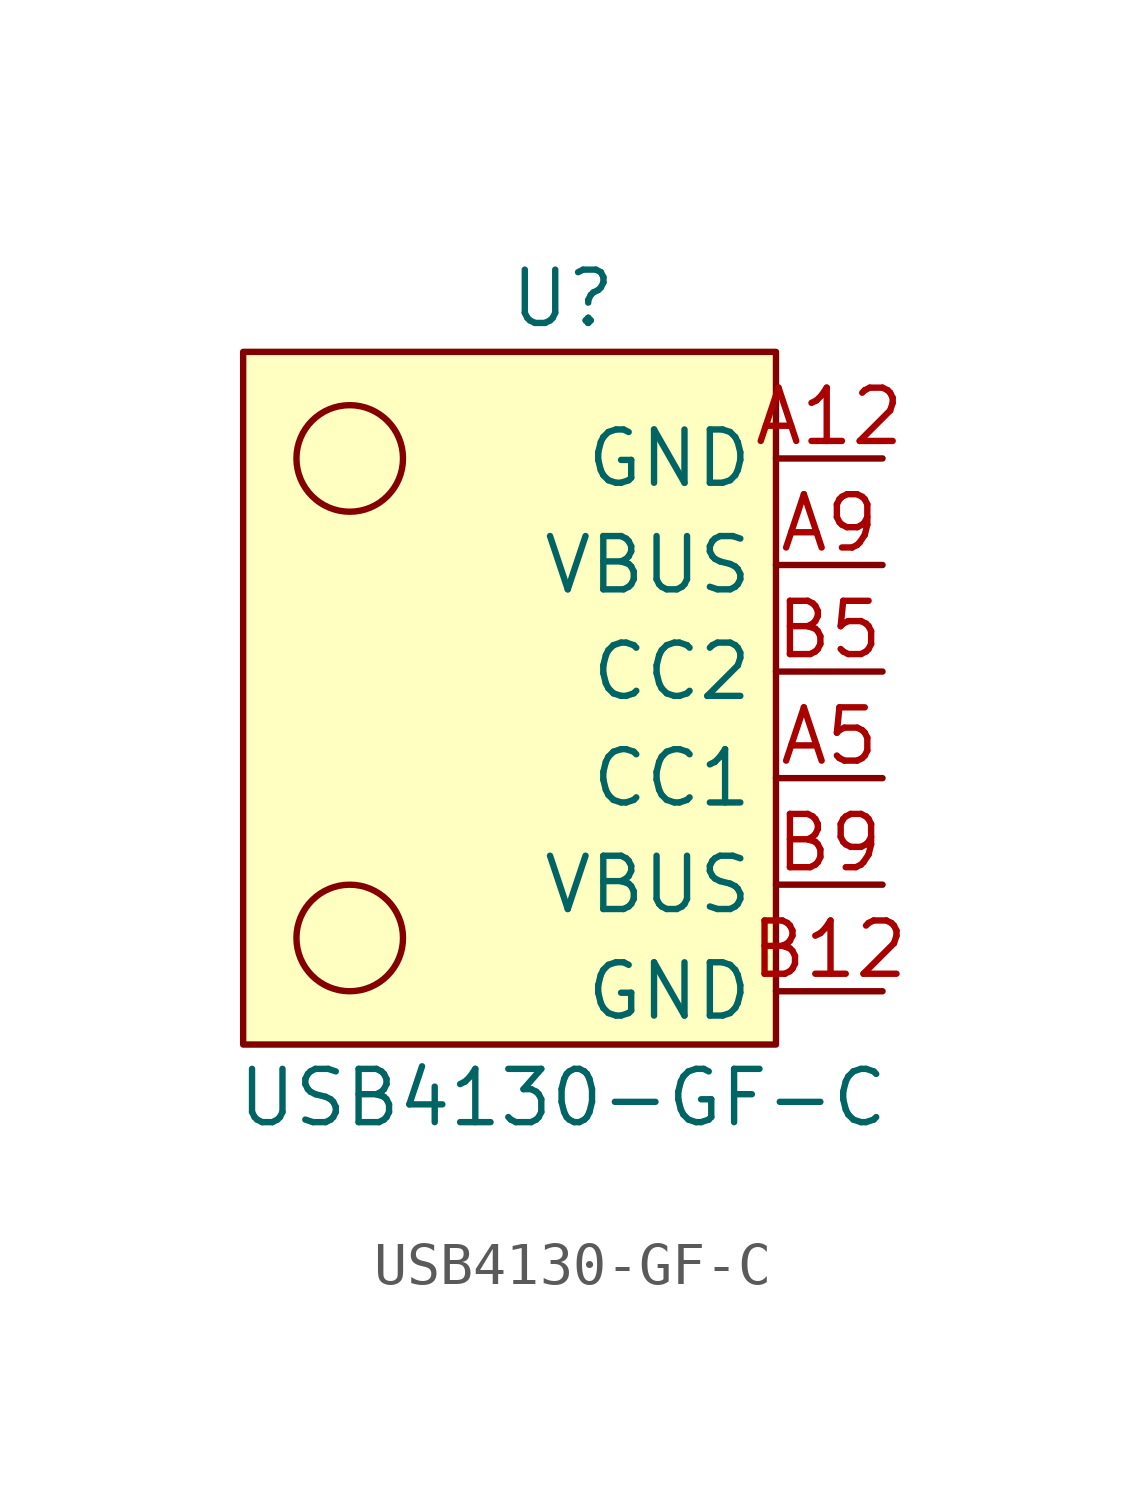
<source format=kicad_sym>
(kicad_symbol_lib
  (version 20211014)
  (generator kicad_symbol_editor)
  (symbol "USB4130-GF-C"
    (property "Reference" "U"
      (at 0 10.16 0)
      (effects (font (size 1.27 1.27))))
    (property "Value" "USB4130-GF-C"
      (at 0 -8.89 0)
      (effects (font (size 1.27 1.27))))
    (symbol "USB4130-GF-C_0_1"
      (circle (center -5.08 -5.08) (radius 1.27) (stroke (width 0) (type default) (color 0 0 0 0)) (fill (type none)))
      (circle (center -5.08 6.35) (radius 1.27) (stroke (width 0) (type default) (color 0 0 0 0)) (fill (type none)))
      (rectangle (start 5.08 8.89) (end -7.62 -7.62) (stroke (width 0) (type default) (color 0 0 0 0)) (fill (type background))))
    (symbol "USB4130-GF-C_1_1"
      (pin input line (at 7.62 6.35 180) (length 2.54) (name "GND" (effects (font (size 1.27 1.27)))) (number "A12" (effects (font (size 1.27 1.27)))))
      (pin input line (at 7.62 -1.27 180) (length 2.54) (name "CC1" (effects (font (size 1.27 1.27)))) (number "A5" (effects (font (size 1.27 1.27)))))
      (pin input line (at 7.62 3.81 180) (length 2.54) (name "VBUS" (effects (font (size 1.27 1.27)))) (number "A9" (effects (font (size 1.27 1.27)))))
      (pin input line (at 7.62 -6.35 180) (length 2.54) (name "GND" (effects (font (size 1.27 1.27)))) (number "B12" (effects (font (size 1.27 1.27)))))
      (pin input line (at 7.62 1.27 180) (length 2.54) (name "CC2" (effects (font (size 1.27 1.27)))) (number "B5" (effects (font (size 1.27 1.27)))))
      (pin input line (at 7.62 -3.81 180) (length 2.54) (name "VBUS" (effects (font (size 1.27 1.27)))) (number "B9" (effects (font (size 1.27 1.27))))))))
</source>
